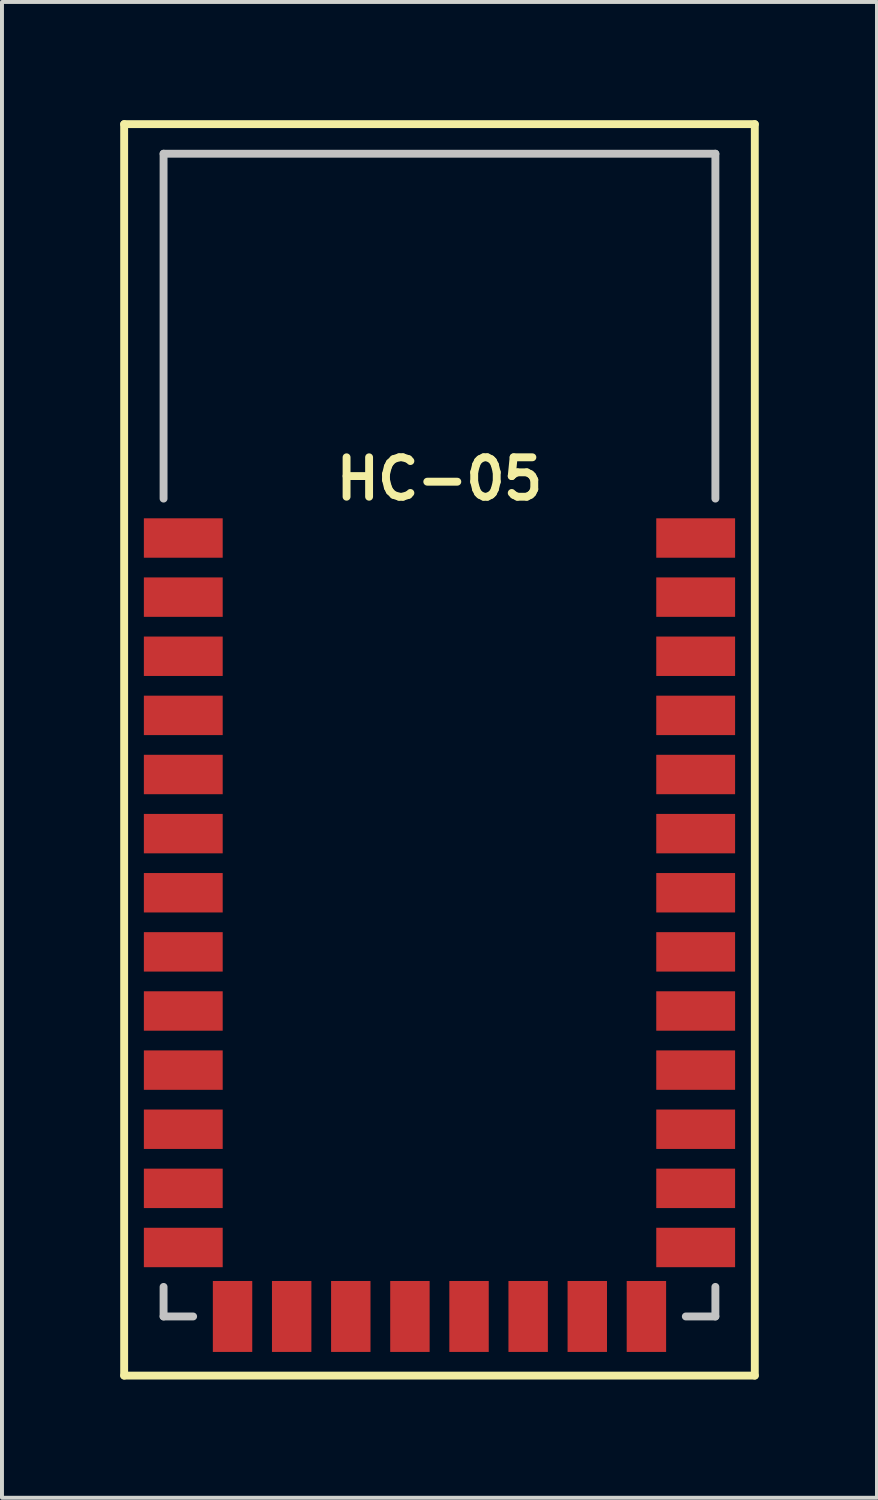
<source format=kicad_pcb>
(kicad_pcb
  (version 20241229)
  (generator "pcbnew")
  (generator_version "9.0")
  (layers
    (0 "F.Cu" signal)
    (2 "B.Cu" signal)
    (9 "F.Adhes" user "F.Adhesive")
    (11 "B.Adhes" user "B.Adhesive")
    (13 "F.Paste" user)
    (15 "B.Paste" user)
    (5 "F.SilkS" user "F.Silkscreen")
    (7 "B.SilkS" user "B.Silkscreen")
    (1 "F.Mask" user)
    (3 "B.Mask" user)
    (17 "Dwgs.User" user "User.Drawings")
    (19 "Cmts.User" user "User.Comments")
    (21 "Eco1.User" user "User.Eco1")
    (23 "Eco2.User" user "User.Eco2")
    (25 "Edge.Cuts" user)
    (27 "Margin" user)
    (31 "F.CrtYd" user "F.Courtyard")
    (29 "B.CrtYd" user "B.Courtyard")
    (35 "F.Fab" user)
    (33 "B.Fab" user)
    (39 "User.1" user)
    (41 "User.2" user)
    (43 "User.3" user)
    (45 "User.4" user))
  (footprint "HC-05"
    (layer "F.Cu")
    (at 8.1 17.1)
    (property "Reference" "HC-05" (at 0 -8 0) (layer "F.SilkS") (effects (font (size 1 1) (thickness 0.2))))
    (attr through_hole)
    (fp_line (start -8 -17) (end 8 -17) (stroke (width 0.2) (type solid)) (layer "F.SilkS"))
    (fp_line (start -8 14.75) (end -8 -17) (stroke (width 0.2) (type solid)) (layer "F.SilkS"))
    (fp_line (start 8 -17) (end 8 14.75) (stroke (width 0.2) (type solid)) (layer "F.SilkS"))
    (fp_line (start 8 14.75) (end -8 14.75) (stroke (width 0.2) (type solid)) (layer "F.SilkS"))
    (fp_line (start -7 -7.5) (end -7 -16.25) (stroke (width 0.2) (type solid)) (layer "Dwgs.User"))
    (fp_line (start -7 13.25) (end -7 12.5) (stroke (width 0.2) (type solid)) (layer "Dwgs.User"))
    (fp_line (start -7 13.25) (end -6.25 13.25) (stroke (width 0.2) (type solid)) (layer "Dwgs.User"))
    (fp_line (start 7 -16.25) (end -7 -16.25) (stroke (width 0.2) (type solid)) (layer "Dwgs.User"))
    (fp_line (start 7 -16.25) (end 7 -7.5) (stroke (width 0.2) (type solid)) (layer "Dwgs.User"))
    (fp_line (start 7 13.25) (end 6.25 13.25) (stroke (width 0.2) (type solid)) (layer "Dwgs.User"))
    (fp_line (start 7 13.25) (end 7 12.5) (stroke (width 0.2) (type solid)) (layer "Dwgs.User"))
    (pad "1" smd rect (at -6.5 -6.5 90) (size 1 2) (layers "F.Cu" "F.Mask" "F.Paste"))
    (pad "2" smd rect (at -6.5 -5 90) (size 1 2) (layers "F.Cu" "F.Mask" "F.Paste"))
    (pad "3" smd rect (at -6.5 -3.5 90) (size 1 2) (layers "F.Cu" "F.Mask" "F.Paste"))
    (pad "4" smd rect (at -6.5 -2 90) (size 1 2) (layers "F.Cu" "F.Mask" "F.Paste"))
    (pad "5" smd rect (at -6.5 -0.5 90) (size 1 2) (layers "F.Cu" "F.Mask" "F.Paste"))
    (pad "6" smd rect (at -6.5 1 90) (size 1 2) (layers "F.Cu" "F.Mask" "F.Paste"))
    (pad "7" smd rect (at -6.5 2.5 90) (size 1 2) (layers "F.Cu" "F.Mask" "F.Paste"))
    (pad "8" smd rect (at -6.5 4 90) (size 1 2) (layers "F.Cu" "F.Mask" "F.Paste"))
    (pad "9" smd rect (at -6.5 5.5 90) (size 1 2) (layers "F.Cu" "F.Mask" "F.Paste"))
    (pad "10" smd rect (at -6.5 7 90) (size 1 2) (layers "F.Cu" "F.Mask" "F.Paste"))
    (pad "11" smd rect (at -6.5 8.5 90) (size 1 2) (layers "F.Cu" "F.Mask" "F.Paste"))
    (pad "12" smd rect (at -6.5 10 90) (size 1 2) (layers "F.Cu" "F.Mask" "F.Paste"))
    (pad "13" smd rect (at -6.5 11.5 90) (size 1 2) (layers "F.Cu" "F.Mask" "F.Paste"))
    (pad "14" smd rect (at -5.25 13.25) (size 1 1.8) (layers "F.Cu" "F.Mask" "F.Paste"))
    (pad "15" smd rect (at -3.75 13.25) (size 1 1.8) (layers "F.Cu" "F.Mask" "F.Paste"))
    (pad "16" smd rect (at -2.25 13.25) (size 1 1.8) (layers "F.Cu" "F.Mask" "F.Paste"))
    (pad "17" smd rect (at -0.75 13.25) (size 1 1.8) (layers "F.Cu" "F.Mask" "F.Paste"))
    (pad "18" smd rect (at 0.75 13.25) (size 1 1.8) (layers "F.Cu" "F.Mask" "F.Paste"))
    (pad "19" smd rect (at 2.25 13.25) (size 1 1.8) (layers "F.Cu" "F.Mask" "F.Paste"))
    (pad "20" smd rect (at 3.75 13.25) (size 1 1.8) (layers "F.Cu" "F.Mask" "F.Paste"))
    (pad "21" smd rect (at 5.25 13.25) (size 1 1.8) (layers "F.Cu" "F.Mask" "F.Paste"))
    (pad "22" smd rect (at 6.5 11.5) (size 2 1) (layers "F.Cu" "F.Mask" "F.Paste"))
    (pad "23" smd rect (at 6.5 10) (size 2 1) (layers "F.Cu" "F.Mask" "F.Paste"))
    (pad "24" smd rect (at 6.5 8.5) (size 2 1) (layers "F.Cu" "F.Mask" "F.Paste"))
    (pad "25" smd rect (at 6.5 7) (size 2 1) (layers "F.Cu" "F.Mask" "F.Paste"))
    (pad "26" smd rect (at 6.5 5.5) (size 2 1) (layers "F.Cu" "F.Mask" "F.Paste"))
    (pad "27" smd rect (at 6.5 4) (size 2 1) (layers "F.Cu" "F.Mask" "F.Paste"))
    (pad "28" smd rect (at 6.5 2.5) (size 2 1) (layers "F.Cu" "F.Mask" "F.Paste"))
    (pad "29" smd rect (at 6.5 1) (size 2 1) (layers "F.Cu" "F.Mask" "F.Paste"))
    (pad "30" smd rect (at 6.5 -0.5) (size 2 1) (layers "F.Cu" "F.Mask" "F.Paste"))
    (pad "31" smd rect (at 6.5 -2) (size 2 1) (layers "F.Cu" "F.Mask" "F.Paste"))
    (pad "32" smd rect (at 6.5 -3.5) (size 2 1) (layers "F.Cu" "F.Mask" "F.Paste"))
    (pad "33" smd rect (at 6.5 -5) (size 2 1) (layers "F.Cu" "F.Mask" "F.Paste"))
    (pad "34" smd rect (at 6.5 -6.5) (size 2 1) (layers "F.Cu" "F.Mask" "F.Paste")))
  (gr_rect
    (start -3 -3)
    (end 19.2 34.95)
    (stroke (width 0.1) (type default))
    (fill no)
    (layer "Edge.Cuts")))
</source>
